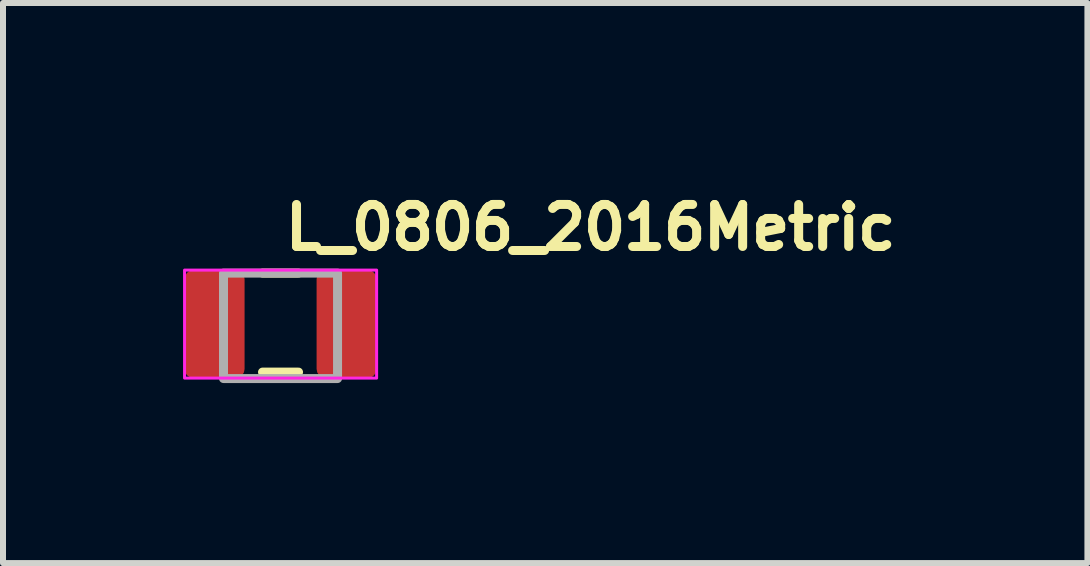
<source format=kicad_pcb>
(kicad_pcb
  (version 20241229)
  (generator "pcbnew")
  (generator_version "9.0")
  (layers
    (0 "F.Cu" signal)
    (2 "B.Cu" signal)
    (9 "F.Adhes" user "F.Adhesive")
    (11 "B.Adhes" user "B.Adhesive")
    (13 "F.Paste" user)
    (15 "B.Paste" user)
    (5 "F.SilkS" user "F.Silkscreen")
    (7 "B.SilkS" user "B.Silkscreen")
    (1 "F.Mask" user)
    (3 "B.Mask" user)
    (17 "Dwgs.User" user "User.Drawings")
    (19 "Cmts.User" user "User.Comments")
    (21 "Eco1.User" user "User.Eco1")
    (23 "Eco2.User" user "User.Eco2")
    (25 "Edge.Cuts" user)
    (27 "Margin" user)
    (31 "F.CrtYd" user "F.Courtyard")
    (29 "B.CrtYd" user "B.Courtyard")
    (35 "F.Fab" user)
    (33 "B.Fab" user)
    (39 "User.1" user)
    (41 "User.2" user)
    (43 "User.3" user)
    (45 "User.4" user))
  (footprint "L_0806_2016Metric"
    (layer "F.Cu")
    (at 1.625 2.35)
    (property "Reference" "L_0806_2016Metric" (at 0 -1.2 0) (layer "F.SilkS") (effects (font (size 0.7 0.7) (thickness 0.15)) (justify left bottom)))
    (attr smd)
    (fp_line (start -0.301 0.8) (end 0.299 0.8) (stroke (width 0.15) (type solid)) (layer "F.SilkS"))
    (fp_line (start -0.3 -0.85) (end 0.298 -0.85) (stroke (width 0.15) (type solid)) (layer "F.SilkS"))
    (fp_rect (start -1.6 -0.9) (end 1.6 0.9) (stroke (width 0.05) (type solid)) (fill no) (layer "F.CrtYd"))
    (fp_rect (start -0.951 -0.85) (end 0.949 0.907) (stroke (width 0.15) (type solid)) (fill no) (layer "F.Fab"))
    (fp_rect (start -1 -0.8) (end 1 0.8) (stroke (width 0.15) (type solid)) (fill no) (layer "User.5"))
    (fp_line (start -1 -0.8) (end -0.5 -0.8) (stroke (width 0.01) (type solid)) (layer "User.9"))
    (fp_line (start -1 0.8) (end -1 -0.8) (stroke (width 0.01) (type solid)) (layer "User.9"))
    (fp_line (start -1 0.8) (end -0.5 0.8) (stroke (width 0.01) (type solid)) (layer "User.9"))
    (fp_line (start -0.5 -0.784) (end 0.5 -0.784) (stroke (width 0.01) (type solid)) (layer "User.9"))
    (fp_line (start -0.5 0.784) (end 0.5 0.784) (stroke (width 0.01) (type solid)) (layer "User.9"))
    (fp_line (start -0.5 0.8) (end -0.5 -0.8) (stroke (width 0.01) (type solid)) (layer "User.9"))
    (fp_line (start 0.5 -0.8) (end 1 -0.8) (stroke (width 0.01) (type solid)) (layer "User.9"))
    (fp_line (start 0.5 0.8) (end 0.5 -0.8) (stroke (width 0.01) (type solid)) (layer "User.9"))
    (fp_line (start 0.5 0.8) (end 1 0.8) (stroke (width 0.01) (type solid)) (layer "User.9"))
    (fp_line (start 1 0.8) (end 1 -0.8) (stroke (width 0.01) (type solid)) (layer "User.9"))
    (pad "1" smd roundrect (at -1.1 -0.001) (size 1 1.8) (layers "F.Cu" "F.Mask" "F.Paste") (roundrect_rratio 0.15))
    (pad "2" smd roundrect (at 1.1 -0.001) (size 1 1.8) (layers "F.Cu" "F.Mask" "F.Paste") (roundrect_rratio 0.15)))
  (gr_rect
    (start -3 -3)
    (end 15.068 6.332)
    (stroke (width 0.1) (type default))
    (fill no)
    (layer "Edge.Cuts")))
</source>
